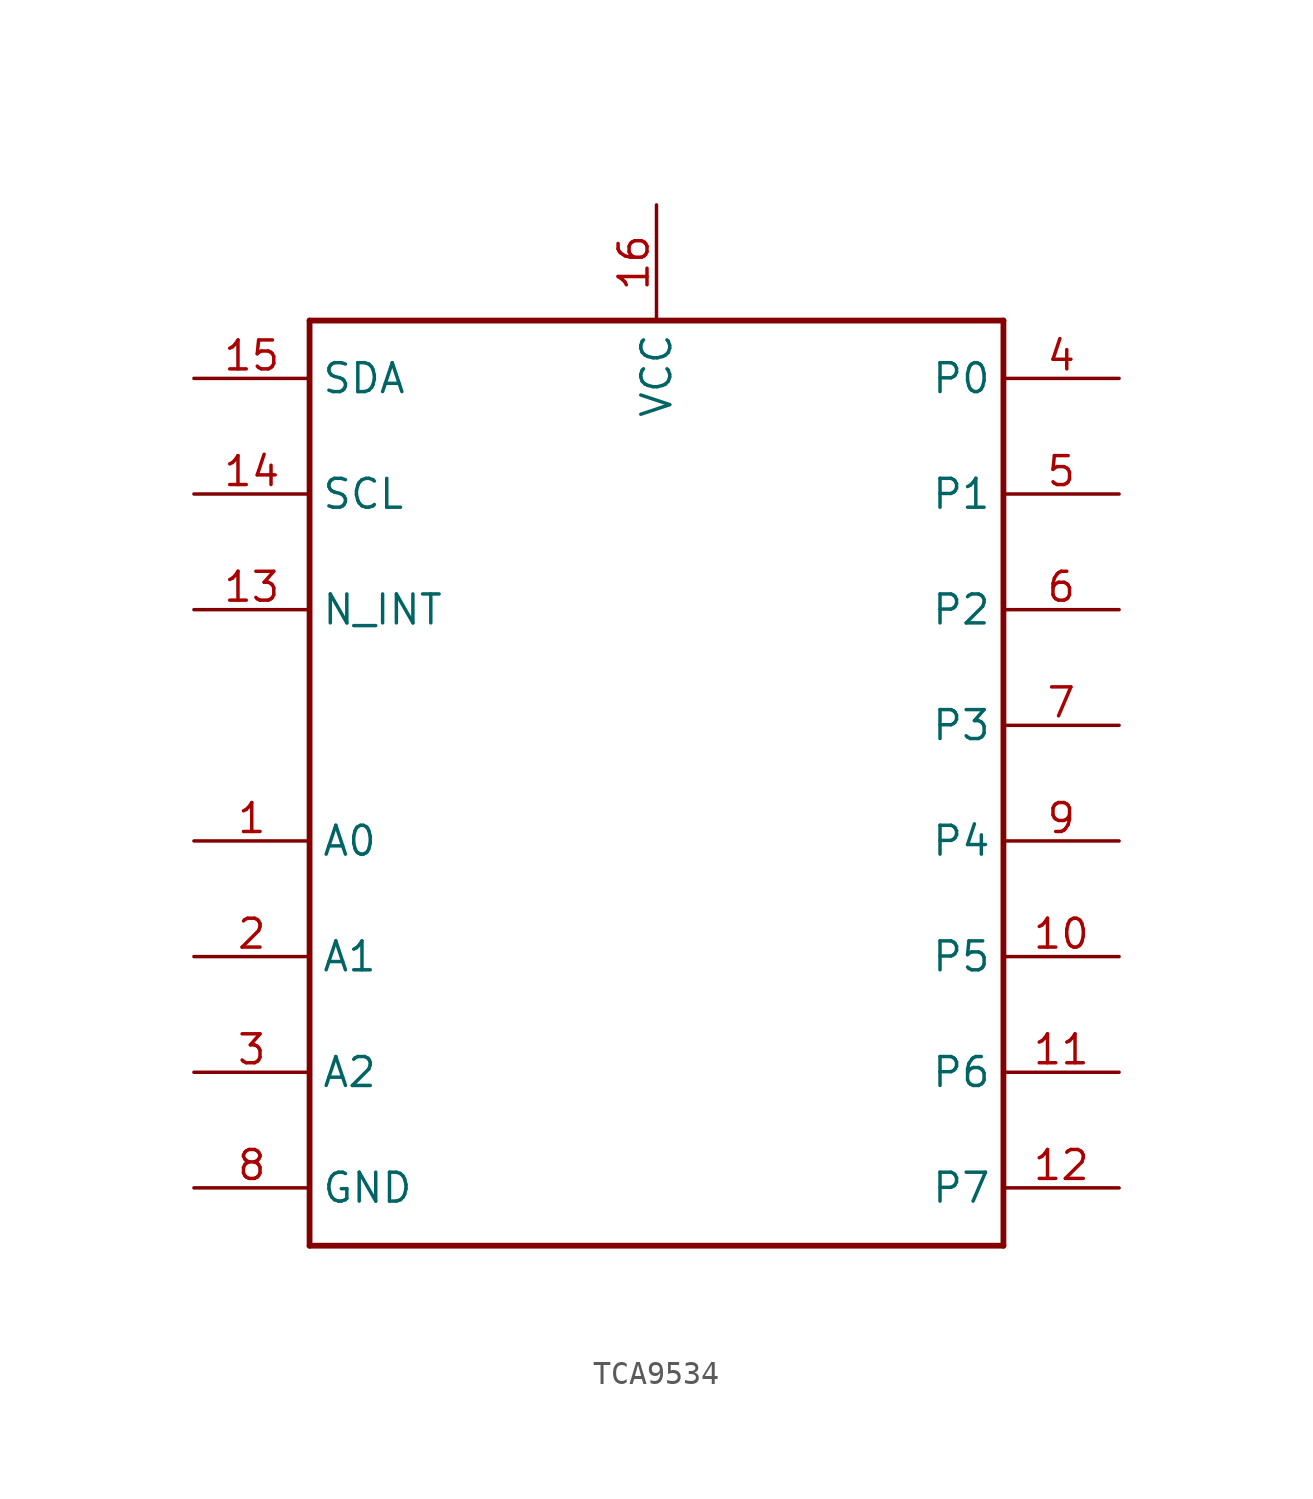
<source format=kicad_sym>
(kicad_symbol_lib
  (version 20220914)
  (generator kicad_symbol_editor)
  (symbol "TCA9534"
    (property "Reference" ""
      (at -7.62 -7.62 0)
      (effects (font (size 1.93 1.641)) (justify left bottom) hide))
    (property "Value" ""
      (at -7.62 2.54 0)
      (effects (font (size 1.93 1.641)) (justify left bottom)))
    (property "ki_locked" ""
      (at 0 0 0)
      (effects (font (size 1.27 1.27))))
    (symbol "TCA9534_1_0"
      (polyline (pts (xy -17.78 -25.4) (xy 12.7 -25.4)) (stroke (width 0.254) (type solid)) (fill (type none)))
      (polyline (pts (xy -17.78 15.24) (xy -17.78 -25.4)) (stroke (width 0.254) (type solid)) (fill (type none)))
      (polyline (pts (xy 12.7 -25.4) (xy 12.7 15.24)) (stroke (width 0.254) (type solid)) (fill (type none)))
      (polyline (pts (xy 12.7 15.24) (xy -17.78 15.24)) (stroke (width 0.254) (type solid)) (fill (type none)))
      (pin bidirectional line (at -22.86 -7.62 0) (length 5.08) (name "A0" (effects (font (size 1.27 1.27)))) (number "1" (effects (font (size 1.27 1.27)))))
      (pin bidirectional line (at 17.78 -12.7 180) (length 5.08) (name "P5" (effects (font (size 1.27 1.27)))) (number "10" (effects (font (size 1.27 1.27)))))
      (pin bidirectional line (at 17.78 -17.78 180) (length 5.08) (name "P6" (effects (font (size 1.27 1.27)))) (number "11" (effects (font (size 1.27 1.27)))))
      (pin bidirectional line (at 17.78 -22.86 180) (length 5.08) (name "P7" (effects (font (size 1.27 1.27)))) (number "12" (effects (font (size 1.27 1.27)))))
      (pin bidirectional line (at -22.86 2.54 0) (length 5.08) (name "N_INT" (effects (font (size 1.27 1.27)))) (number "13" (effects (font (size 1.27 1.27)))))
      (pin bidirectional line (at -22.86 7.62 0) (length 5.08) (name "SCL" (effects (font (size 1.27 1.27)))) (number "14" (effects (font (size 1.27 1.27)))))
      (pin bidirectional line (at -22.86 12.7 0) (length 5.08) (name "SDA" (effects (font (size 1.27 1.27)))) (number "15" (effects (font (size 1.27 1.27)))))
      (pin bidirectional line (at -2.54 20.32 270) (length 5.08) (name "VCC" (effects (font (size 1.27 1.27)))) (number "16" (effects (font (size 1.27 1.27)))))
      (pin bidirectional line (at -22.86 -12.7 0) (length 5.08) (name "A1" (effects (font (size 1.27 1.27)))) (number "2" (effects (font (size 1.27 1.27)))))
      (pin bidirectional line (at -22.86 -17.78 0) (length 5.08) (name "A2" (effects (font (size 1.27 1.27)))) (number "3" (effects (font (size 1.27 1.27)))))
      (pin bidirectional line (at 17.78 12.7 180) (length 5.08) (name "P0" (effects (font (size 1.27 1.27)))) (number "4" (effects (font (size 1.27 1.27)))))
      (pin bidirectional line (at 17.78 7.62 180) (length 5.08) (name "P1" (effects (font (size 1.27 1.27)))) (number "5" (effects (font (size 1.27 1.27)))))
      (pin bidirectional line (at 17.78 2.54 180) (length 5.08) (name "P2" (effects (font (size 1.27 1.27)))) (number "6" (effects (font (size 1.27 1.27)))))
      (pin bidirectional line (at 17.78 -2.54 180) (length 5.08) (name "P3" (effects (font (size 1.27 1.27)))) (number "7" (effects (font (size 1.27 1.27)))))
      (pin bidirectional line (at -22.86 -22.86 0) (length 5.08) (name "GND" (effects (font (size 1.27 1.27)))) (number "8" (effects (font (size 1.27 1.27)))))
      (pin bidirectional line (at 17.78 -7.62 180) (length 5.08) (name "P4" (effects (font (size 1.27 1.27)))) (number "9" (effects (font (size 1.27 1.27))))))))
</source>
